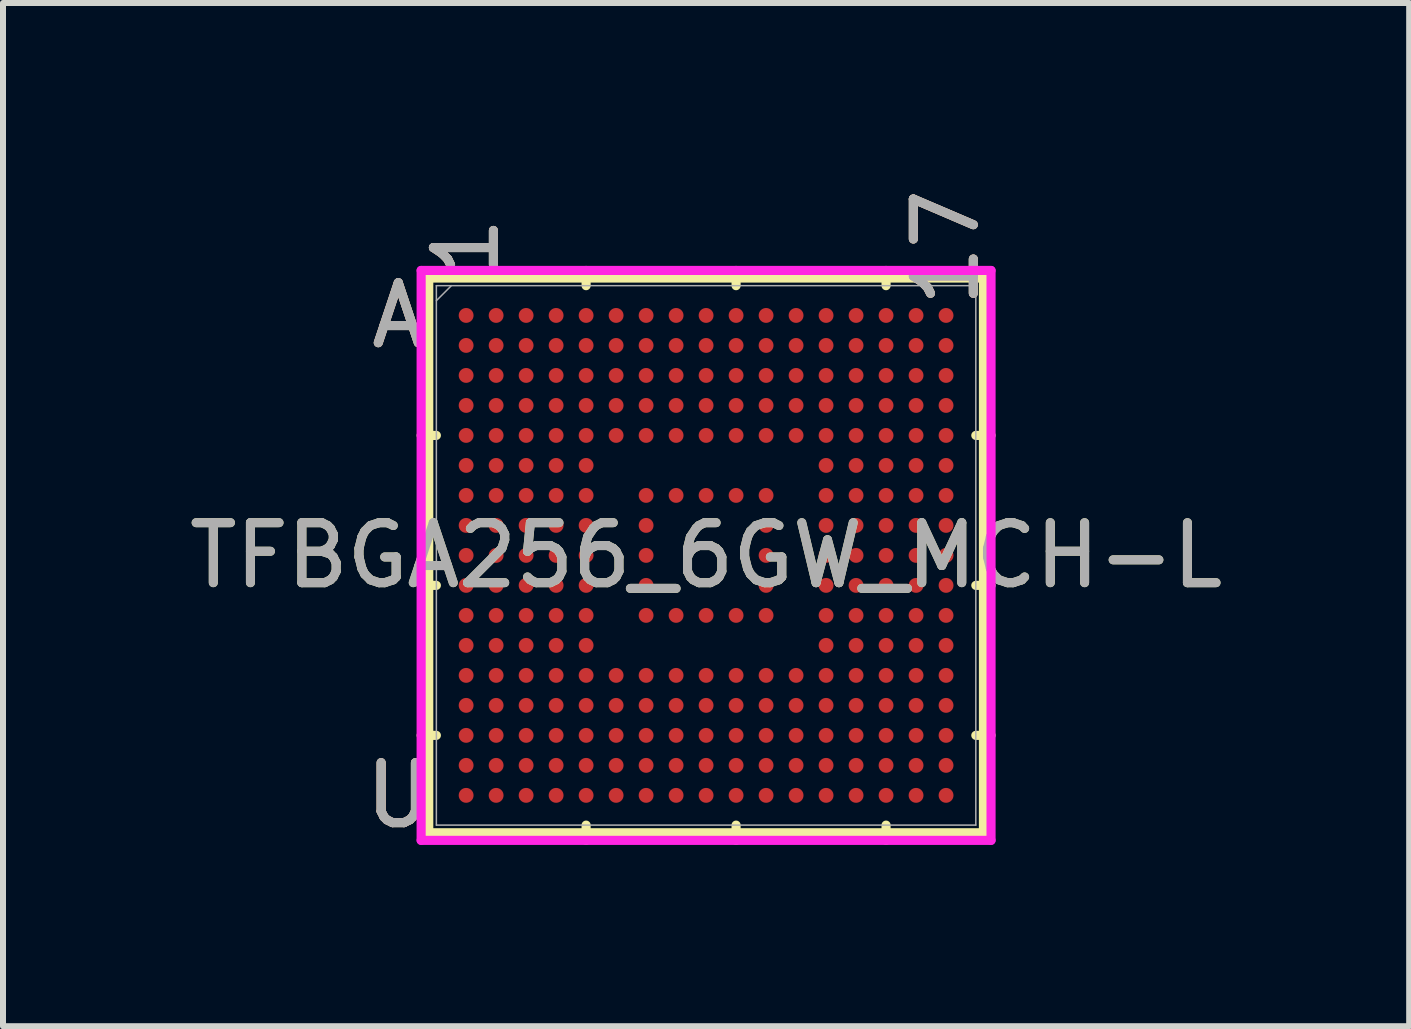
<source format=kicad_pcb>
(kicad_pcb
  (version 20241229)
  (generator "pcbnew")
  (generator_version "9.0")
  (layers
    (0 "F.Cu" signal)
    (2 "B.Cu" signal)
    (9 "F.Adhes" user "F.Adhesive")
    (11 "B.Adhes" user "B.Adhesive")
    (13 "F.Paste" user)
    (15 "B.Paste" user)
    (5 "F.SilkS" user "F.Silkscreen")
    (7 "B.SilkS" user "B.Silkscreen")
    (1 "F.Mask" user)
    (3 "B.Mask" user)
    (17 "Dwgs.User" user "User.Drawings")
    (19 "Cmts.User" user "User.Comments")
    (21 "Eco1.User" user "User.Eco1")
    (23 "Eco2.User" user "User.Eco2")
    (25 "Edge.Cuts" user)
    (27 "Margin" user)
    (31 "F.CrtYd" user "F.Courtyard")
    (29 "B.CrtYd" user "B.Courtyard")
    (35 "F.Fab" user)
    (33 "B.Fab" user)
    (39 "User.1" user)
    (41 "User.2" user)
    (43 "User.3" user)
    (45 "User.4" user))
  (footprint "TFBGA256_6GW_MCH-L"
    (layer "F.Cu")
    (at 8.72 6.208)
    (property "Reference" "TFBGA256_6GW_MCH-L" (at 0 0 0) (unlocked yes) (layer "F.SilkS") (effects (font (size 1 1) (thickness 0.15))))
    (attr smd)
    (fp_line (start -4.623 -4.623) (end -4.623 4.623) (stroke (width 0.152) (type solid)) (layer "F.SilkS"))
    (fp_line (start -4.623 4.623) (end 4.623 4.623) (stroke (width 0.152) (type solid)) (layer "F.SilkS"))
    (fp_line (start -4.496 -2) (end -4.75 -2) (stroke (width 0.152) (type solid)) (layer "F.SilkS"))
    (fp_line (start -4.496 0.5) (end -4.75 0.5) (stroke (width 0.152) (type solid)) (layer "F.SilkS"))
    (fp_line (start -4.496 3) (end -4.75 3) (stroke (width 0.152) (type solid)) (layer "F.SilkS"))
    (fp_line (start -2 -4.496) (end -2 -4.75) (stroke (width 0.152) (type solid)) (layer "F.SilkS"))
    (fp_line (start -2 4.496) (end -2 4.75) (stroke (width 0.152) (type solid)) (layer "F.SilkS"))
    (fp_line (start 0.5 -4.496) (end 0.5 -4.75) (stroke (width 0.152) (type solid)) (layer "F.SilkS"))
    (fp_line (start 0.5 4.496) (end 0.5 4.75) (stroke (width 0.152) (type solid)) (layer "F.SilkS"))
    (fp_line (start 3 -4.496) (end 3 -4.75) (stroke (width 0.152) (type solid)) (layer "F.SilkS"))
    (fp_line (start 3 4.496) (end 3 4.75) (stroke (width 0.152) (type solid)) (layer "F.SilkS"))
    (fp_line (start 4.496 -2) (end 4.75 -2) (stroke (width 0.152) (type solid)) (layer "F.SilkS"))
    (fp_line (start 4.496 0.5) (end 4.75 0.5) (stroke (width 0.152) (type solid)) (layer "F.SilkS"))
    (fp_line (start 4.496 3) (end 4.75 3) (stroke (width 0.152) (type solid)) (layer "F.SilkS"))
    (fp_line (start 4.623 -4.623) (end -4.623 -4.623) (stroke (width 0.152) (type solid)) (layer "F.SilkS"))
    (fp_line (start 4.623 4.623) (end 4.623 -4.623) (stroke (width 0.152) (type solid)) (layer "F.SilkS"))
    (fp_poly (pts (xy -4.694 -4.694) (xy 4.694 -4.694) (xy 4.694 4.694) (xy -4.694 4.694)) (stroke (width 0.1) (type solid)) (fill no) (layer "Eco2.User"))
    (fp_line (start -4.75 -4.75) (end 4.75 -4.75) (stroke (width 0.152) (type solid)) (layer "F.CrtYd"))
    (fp_line (start -4.75 4.75) (end -4.75 -4.75) (stroke (width 0.152) (type solid)) (layer "F.CrtYd"))
    (fp_line (start 4.75 -4.75) (end 4.75 4.75) (stroke (width 0.152) (type solid)) (layer "F.CrtYd"))
    (fp_line (start 4.75 4.75) (end -4.75 4.75) (stroke (width 0.152) (type solid)) (layer "F.CrtYd"))
    (fp_line (start -4.496 -4.496) (end -4.496 4.496) (stroke (width 0.025) (type solid)) (layer "F.Fab"))
    (fp_line (start -4.496 4.496) (end 4.496 4.496) (stroke (width 0.025) (type solid)) (layer "F.Fab"))
    (fp_line (start -4.246 -4.496) (end -4.496 -4.246) (stroke (width 0.025) (type solid)) (layer "F.Fab"))
    (fp_line (start 4.496 -4.496) (end -4.496 -4.496) (stroke (width 0.025) (type solid)) (layer "F.Fab"))
    (fp_line (start 4.496 4.496) (end 4.496 -4.496) (stroke (width 0.025) (type solid)) (layer "F.Fab"))
    (fp_text user "A" (at -5.131 -4 0) (unlocked yes) (layer "F.SilkS") (effects (font (size 1 1) (thickness 0.15))))
    (fp_text user "1" (at -4 -5.131 90) (unlocked yes) (layer "F.SilkS") (effects (font (size 1 1) (thickness 0.15))))
    (fp_text user "17" (at 4 -5.131 90) (unlocked yes) (layer "F.SilkS") (effects (font (size 1 1) (thickness 0.15))))
    (fp_text user "U" (at -5.131 4 0) (unlocked yes) (layer "F.SilkS") (effects (font (size 1 1) (thickness 0.15))))
    (fp_text user "17" (at 4 -5.131 90) (unlocked yes) (layer "B.SilkS") (effects (font (size 1 1) (thickness 0.15))))
    (fp_text user "U" (at -5.131 4 0) (unlocked yes) (layer "B.SilkS") (effects (font (size 1 1) (thickness 0.15))))
    (fp_text user "1" (at -4 -5.131 90) (unlocked yes) (layer "B.SilkS") (effects (font (size 1 1) (thickness 0.15))))
    (fp_text user "A" (at -5.131 -4 0) (unlocked yes) (layer "B.SilkS") (effects (font (size 1 1) (thickness 0.15))))
    (fp_text user "${REFERENCE}" (at 0 0 0) (unlocked yes) (layer "F.Fab") (effects (font (size 1 1) (thickness 0.15))))
    (fp_text user "17" (at 4 -5.131 90) (unlocked yes) (layer "F.Fab") (effects (font (size 1 1) (thickness 0.15))))
    (fp_text user "1" (at -4 -5.131 90) (unlocked yes) (layer "F.Fab") (effects (font (size 1 1) (thickness 0.15))))
    (fp_text user "A" (at -5.131 -4 0) (unlocked yes) (layer "F.Fab") (effects (font (size 1 1) (thickness 0.15))))
    (fp_text user "U" (at -5.131 4 0) (unlocked yes) (layer "F.Fab") (effects (font (size 1 1) (thickness 0.15))))
    (pad "A1" smd circle (at -4 -4) (size 0.248 0.248) (layers "F.Cu" "F.Mask" "F.Paste"))
    (pad "A2" smd circle (at -3.5 -4) (size 0.248 0.248) (layers "F.Cu" "F.Mask" "F.Paste"))
    (pad "A3" smd circle (at -3 -4) (size 0.248 0.248) (layers "F.Cu" "F.Mask" "F.Paste"))
    (pad "A4" smd circle (at -2.5 -4) (size 0.248 0.248) (layers "F.Cu" "F.Mask" "F.Paste"))
    (pad "A5" smd circle (at -2 -4) (size 0.248 0.248) (layers "F.Cu" "F.Mask" "F.Paste"))
    (pad "A6" smd circle (at -1.5 -4) (size 0.248 0.248) (layers "F.Cu" "F.Mask" "F.Paste"))
    (pad "A7" smd circle (at -1 -4) (size 0.248 0.248) (layers "F.Cu" "F.Mask" "F.Paste"))
    (pad "A8" smd circle (at -0.5 -4) (size 0.248 0.248) (layers "F.Cu" "F.Mask" "F.Paste"))
    (pad "A9" smd circle (at 0 -4) (size 0.248 0.248) (layers "F.Cu" "F.Mask" "F.Paste"))
    (pad "A10" smd circle (at 0.5 -4) (size 0.248 0.248) (layers "F.Cu" "F.Mask" "F.Paste"))
    (pad "A11" smd circle (at 1 -4) (size 0.248 0.248) (layers "F.Cu" "F.Mask" "F.Paste"))
    (pad "A12" smd circle (at 1.5 -4) (size 0.248 0.248) (layers "F.Cu" "F.Mask" "F.Paste"))
    (pad "A13" smd circle (at 2 -4) (size 0.248 0.248) (layers "F.Cu" "F.Mask" "F.Paste"))
    (pad "A14" smd circle (at 2.5 -4) (size 0.248 0.248) (layers "F.Cu" "F.Mask" "F.Paste"))
    (pad "A15" smd circle (at 3 -4) (size 0.248 0.248) (layers "F.Cu" "F.Mask" "F.Paste"))
    (pad "A16" smd circle (at 3.5 -4) (size 0.248 0.248) (layers "F.Cu" "F.Mask" "F.Paste"))
    (pad "A17" smd circle (at 4 -4) (size 0.248 0.248) (layers "F.Cu" "F.Mask" "F.Paste"))
    (pad "B1" smd circle (at -4 -3.5) (size 0.248 0.248) (layers "F.Cu" "F.Mask" "F.Paste"))
    (pad "B2" smd circle (at -3.5 -3.5) (size 0.248 0.248) (layers "F.Cu" "F.Mask" "F.Paste"))
    (pad "B3" smd circle (at -3 -3.5) (size 0.248 0.248) (layers "F.Cu" "F.Mask" "F.Paste"))
    (pad "B4" smd circle (at -2.5 -3.5) (size 0.248 0.248) (layers "F.Cu" "F.Mask" "F.Paste"))
    (pad "B5" smd circle (at -2 -3.5) (size 0.248 0.248) (layers "F.Cu" "F.Mask" "F.Paste"))
    (pad "B6" smd circle (at -1.5 -3.5) (size 0.248 0.248) (layers "F.Cu" "F.Mask" "F.Paste"))
    (pad "B7" smd circle (at -1 -3.5) (size 0.248 0.248) (layers "F.Cu" "F.Mask" "F.Paste"))
    (pad "B8" smd circle (at -0.5 -3.5) (size 0.248 0.248) (layers "F.Cu" "F.Mask" "F.Paste"))
    (pad "B9" smd circle (at 0 -3.5) (size 0.248 0.248) (layers "F.Cu" "F.Mask" "F.Paste"))
    (pad "B10" smd circle (at 0.5 -3.5) (size 0.248 0.248) (layers "F.Cu" "F.Mask" "F.Paste"))
    (pad "B11" smd circle (at 1 -3.5) (size 0.248 0.248) (layers "F.Cu" "F.Mask" "F.Paste"))
    (pad "B12" smd circle (at 1.5 -3.5) (size 0.248 0.248) (layers "F.Cu" "F.Mask" "F.Paste"))
    (pad "B13" smd circle (at 2 -3.5) (size 0.248 0.248) (layers "F.Cu" "F.Mask" "F.Paste"))
    (pad "B14" smd circle (at 2.5 -3.5) (size 0.248 0.248) (layers "F.Cu" "F.Mask" "F.Paste"))
    (pad "B15" smd circle (at 3 -3.5) (size 0.248 0.248) (layers "F.Cu" "F.Mask" "F.Paste"))
    (pad "B16" smd circle (at 3.5 -3.5) (size 0.248 0.248) (layers "F.Cu" "F.Mask" "F.Paste"))
    (pad "B17" smd circle (at 4 -3.5) (size 0.248 0.248) (layers "F.Cu" "F.Mask" "F.Paste"))
    (pad "C1" smd circle (at -4 -3) (size 0.248 0.248) (layers "F.Cu" "F.Mask" "F.Paste"))
    (pad "C2" smd circle (at -3.5 -3) (size 0.248 0.248) (layers "F.Cu" "F.Mask" "F.Paste"))
    (pad "C3" smd circle (at -3 -3) (size 0.248 0.248) (layers "F.Cu" "F.Mask" "F.Paste"))
    (pad "C4" smd circle (at -2.5 -3) (size 0.248 0.248) (layers "F.Cu" "F.Mask" "F.Paste"))
    (pad "C5" smd circle (at -2 -3) (size 0.248 0.248) (layers "F.Cu" "F.Mask" "F.Paste"))
    (pad "C6" smd circle (at -1.5 -3) (size 0.248 0.248) (layers "F.Cu" "F.Mask" "F.Paste"))
    (pad "C7" smd circle (at -1 -3) (size 0.248 0.248) (layers "F.Cu" "F.Mask" "F.Paste"))
    (pad "C8" smd circle (at -0.5 -3) (size 0.248 0.248) (layers "F.Cu" "F.Mask" "F.Paste"))
    (pad "C9" smd circle (at 0 -3) (size 0.248 0.248) (layers "F.Cu" "F.Mask" "F.Paste"))
    (pad "C10" smd circle (at 0.5 -3) (size 0.248 0.248) (layers "F.Cu" "F.Mask" "F.Paste"))
    (pad "C11" smd circle (at 1 -3) (size 0.248 0.248) (layers "F.Cu" "F.Mask" "F.Paste"))
    (pad "C12" smd circle (at 1.5 -3) (size 0.248 0.248) (layers "F.Cu" "F.Mask" "F.Paste"))
    (pad "C13" smd circle (at 2 -3) (size 0.248 0.248) (layers "F.Cu" "F.Mask" "F.Paste"))
    (pad "C14" smd circle (at 2.5 -3) (size 0.248 0.248) (layers "F.Cu" "F.Mask" "F.Paste"))
    (pad "C15" smd circle (at 3 -3) (size 0.248 0.248) (layers "F.Cu" "F.Mask" "F.Paste"))
    (pad "C16" smd circle (at 3.5 -3) (size 0.248 0.248) (layers "F.Cu" "F.Mask" "F.Paste"))
    (pad "C17" smd circle (at 4 -3) (size 0.248 0.248) (layers "F.Cu" "F.Mask" "F.Paste"))
    (pad "D1" smd circle (at -4 -2.5) (size 0.248 0.248) (layers "F.Cu" "F.Mask" "F.Paste"))
    (pad "D2" smd circle (at -3.5 -2.5) (size 0.248 0.248) (layers "F.Cu" "F.Mask" "F.Paste"))
    (pad "D3" smd circle (at -3 -2.5) (size 0.248 0.248) (layers "F.Cu" "F.Mask" "F.Paste"))
    (pad "D4" smd circle (at -2.5 -2.5) (size 0.248 0.248) (layers "F.Cu" "F.Mask" "F.Paste"))
    (pad "D5" smd circle (at -2 -2.5) (size 0.248 0.248) (layers "F.Cu" "F.Mask" "F.Paste"))
    (pad "D6" smd circle (at -1.5 -2.5) (size 0.248 0.248) (layers "F.Cu" "F.Mask" "F.Paste"))
    (pad "D7" smd circle (at -1 -2.5) (size 0.248 0.248) (layers "F.Cu" "F.Mask" "F.Paste"))
    (pad "D8" smd circle (at -0.5 -2.5) (size 0.248 0.248) (layers "F.Cu" "F.Mask" "F.Paste"))
    (pad "D9" smd circle (at 0 -2.5) (size 0.248 0.248) (layers "F.Cu" "F.Mask" "F.Paste"))
    (pad "D10" smd circle (at 0.5 -2.5) (size 0.248 0.248) (layers "F.Cu" "F.Mask" "F.Paste"))
    (pad "D11" smd circle (at 1 -2.5) (size 0.248 0.248) (layers "F.Cu" "F.Mask" "F.Paste"))
    (pad "D12" smd circle (at 1.5 -2.5) (size 0.248 0.248) (layers "F.Cu" "F.Mask" "F.Paste"))
    (pad "D13" smd circle (at 2 -2.5) (size 0.248 0.248) (layers "F.Cu" "F.Mask" "F.Paste"))
    (pad "D14" smd circle (at 2.5 -2.5) (size 0.248 0.248) (layers "F.Cu" "F.Mask" "F.Paste"))
    (pad "D15" smd circle (at 3 -2.5) (size 0.248 0.248) (layers "F.Cu" "F.Mask" "F.Paste"))
    (pad "D16" smd circle (at 3.5 -2.5) (size 0.248 0.248) (layers "F.Cu" "F.Mask" "F.Paste"))
    (pad "D17" smd circle (at 4 -2.5) (size 0.248 0.248) (layers "F.Cu" "F.Mask" "F.Paste"))
    (pad "E1" smd circle (at -4 -2) (size 0.248 0.248) (layers "F.Cu" "F.Mask" "F.Paste"))
    (pad "E2" smd circle (at -3.5 -2) (size 0.248 0.248) (layers "F.Cu" "F.Mask" "F.Paste"))
    (pad "E3" smd circle (at -3 -2) (size 0.248 0.248) (layers "F.Cu" "F.Mask" "F.Paste"))
    (pad "E4" smd circle (at -2.5 -2) (size 0.248 0.248) (layers "F.Cu" "F.Mask" "F.Paste"))
    (pad "E5" smd circle (at -2 -2) (size 0.248 0.248) (layers "F.Cu" "F.Mask" "F.Paste"))
    (pad "E6" smd circle (at -1.5 -2) (size 0.248 0.248) (layers "F.Cu" "F.Mask" "F.Paste"))
    (pad "E7" smd circle (at -1 -2) (size 0.248 0.248) (layers "F.Cu" "F.Mask" "F.Paste"))
    (pad "E8" smd circle (at -0.5 -2) (size 0.248 0.248) (layers "F.Cu" "F.Mask" "F.Paste"))
    (pad "E9" smd circle (at 0 -2) (size 0.248 0.248) (layers "F.Cu" "F.Mask" "F.Paste"))
    (pad "E10" smd circle (at 0.5 -2) (size 0.248 0.248) (layers "F.Cu" "F.Mask" "F.Paste"))
    (pad "E11" smd circle (at 1 -2) (size 0.248 0.248) (layers "F.Cu" "F.Mask" "F.Paste"))
    (pad "E12" smd circle (at 1.5 -2) (size 0.248 0.248) (layers "F.Cu" "F.Mask" "F.Paste"))
    (pad "E13" smd circle (at 2 -2) (size 0.248 0.248) (layers "F.Cu" "F.Mask" "F.Paste"))
    (pad "E14" smd circle (at 2.5 -2) (size 0.248 0.248) (layers "F.Cu" "F.Mask" "F.Paste"))
    (pad "E15" smd circle (at 3 -2) (size 0.248 0.248) (layers "F.Cu" "F.Mask" "F.Paste"))
    (pad "E16" smd circle (at 3.5 -2) (size 0.248 0.248) (layers "F.Cu" "F.Mask" "F.Paste"))
    (pad "E17" smd circle (at 4 -2) (size 0.248 0.248) (layers "F.Cu" "F.Mask" "F.Paste"))
    (pad "F1" smd circle (at -4 -1.5) (size 0.248 0.248) (layers "F.Cu" "F.Mask" "F.Paste"))
    (pad "F2" smd circle (at -3.5 -1.5) (size 0.248 0.248) (layers "F.Cu" "F.Mask" "F.Paste"))
    (pad "F3" smd circle (at -3 -1.5) (size 0.248 0.248) (layers "F.Cu" "F.Mask" "F.Paste"))
    (pad "F4" smd circle (at -2.5 -1.5) (size 0.248 0.248) (layers "F.Cu" "F.Mask" "F.Paste"))
    (pad "F5" smd circle (at -2 -1.5) (size 0.248 0.248) (layers "F.Cu" "F.Mask" "F.Paste"))
    (pad "F13" smd circle (at 2 -1.5) (size 0.248 0.248) (layers "F.Cu" "F.Mask" "F.Paste"))
    (pad "F14" smd circle (at 2.5 -1.5) (size 0.248 0.248) (layers "F.Cu" "F.Mask" "F.Paste"))
    (pad "F15" smd circle (at 3 -1.5) (size 0.248 0.248) (layers "F.Cu" "F.Mask" "F.Paste"))
    (pad "F16" smd circle (at 3.5 -1.5) (size 0.248 0.248) (layers "F.Cu" "F.Mask" "F.Paste"))
    (pad "F17" smd circle (at 4 -1.5) (size 0.248 0.248) (layers "F.Cu" "F.Mask" "F.Paste"))
    (pad "G1" smd circle (at -4 -1) (size 0.248 0.248) (layers "F.Cu" "F.Mask" "F.Paste"))
    (pad "G2" smd circle (at -3.5 -1) (size 0.248 0.248) (layers "F.Cu" "F.Mask" "F.Paste"))
    (pad "G3" smd circle (at -3 -1) (size 0.248 0.248) (layers "F.Cu" "F.Mask" "F.Paste"))
    (pad "G4" smd circle (at -2.5 -1) (size 0.248 0.248) (layers "F.Cu" "F.Mask" "F.Paste"))
    (pad "G5" smd circle (at -2 -1) (size 0.248 0.248) (layers "F.Cu" "F.Mask" "F.Paste"))
    (pad "G7" smd circle (at -1 -1) (size 0.248 0.248) (layers "F.Cu" "F.Mask" "F.Paste"))
    (pad "G8" smd circle (at -0.5 -1) (size 0.248 0.248) (layers "F.Cu" "F.Mask" "F.Paste"))
    (pad "G9" smd circle (at 0 -1) (size 0.248 0.248) (layers "F.Cu" "F.Mask" "F.Paste"))
    (pad "G10" smd circle (at 0.5 -1) (size 0.248 0.248) (layers "F.Cu" "F.Mask" "F.Paste"))
    (pad "G11" smd circle (at 1 -1) (size 0.248 0.248) (layers "F.Cu" "F.Mask" "F.Paste"))
    (pad "G13" smd circle (at 2 -1) (size 0.248 0.248) (layers "F.Cu" "F.Mask" "F.Paste"))
    (pad "G14" smd circle (at 2.5 -1) (size 0.248 0.248) (layers "F.Cu" "F.Mask" "F.Paste"))
    (pad "G15" smd circle (at 3 -1) (size 0.248 0.248) (layers "F.Cu" "F.Mask" "F.Paste"))
    (pad "G16" smd circle (at 3.5 -1) (size 0.248 0.248) (layers "F.Cu" "F.Mask" "F.Paste"))
    (pad "G17" smd circle (at 4 -1) (size 0.248 0.248) (layers "F.Cu" "F.Mask" "F.Paste"))
    (pad "H1" smd circle (at -4 -0.5) (size 0.248 0.248) (layers "F.Cu" "F.Mask" "F.Paste"))
    (pad "H2" smd circle (at -3.5 -0.5) (size 0.248 0.248) (layers "F.Cu" "F.Mask" "F.Paste"))
    (pad "H3" smd circle (at -3 -0.5) (size 0.248 0.248) (layers "F.Cu" "F.Mask" "F.Paste"))
    (pad "H4" smd circle (at -2.5 -0.5) (size 0.248 0.248) (layers "F.Cu" "F.Mask" "F.Paste"))
    (pad "H5" smd circle (at -2 -0.5) (size 0.248 0.248) (layers "F.Cu" "F.Mask" "F.Paste"))
    (pad "H7" smd circle (at -1 -0.5) (size 0.248 0.248) (layers "F.Cu" "F.Mask" "F.Paste"))
    (pad "H11" smd circle (at 1 -0.5) (size 0.248 0.248) (layers "F.Cu" "F.Mask" "F.Paste"))
    (pad "H13" smd circle (at 2 -0.5) (size 0.248 0.248) (layers "F.Cu" "F.Mask" "F.Paste"))
    (pad "H14" smd circle (at 2.5 -0.5) (size 0.248 0.248) (layers "F.Cu" "F.Mask" "F.Paste"))
    (pad "H15" smd circle (at 3 -0.5) (size 0.248 0.248) (layers "F.Cu" "F.Mask" "F.Paste"))
    (pad "H16" smd circle (at 3.5 -0.5) (size 0.248 0.248) (layers "F.Cu" "F.Mask" "F.Paste"))
    (pad "H17" smd circle (at 4 -0.5) (size 0.248 0.248) (layers "F.Cu" "F.Mask" "F.Paste"))
    (pad "J1" smd circle (at -4 0) (size 0.248 0.248) (layers "F.Cu" "F.Mask" "F.Paste"))
    (pad "J2" smd circle (at -3.5 0) (size 0.248 0.248) (layers "F.Cu" "F.Mask" "F.Paste"))
    (pad "J3" smd circle (at -3 0) (size 0.248 0.248) (layers "F.Cu" "F.Mask" "F.Paste"))
    (pad "J4" smd circle (at -2.5 0) (size 0.248 0.248) (layers "F.Cu" "F.Mask" "F.Paste"))
    (pad "J5" smd circle (at -2 0) (size 0.248 0.248) (layers "F.Cu" "F.Mask" "F.Paste"))
    (pad "J7" smd circle (at -1 0) (size 0.248 0.248) (layers "F.Cu" "F.Mask" "F.Paste"))
    (pad "J11" smd circle (at 1 0) (size 0.248 0.248) (layers "F.Cu" "F.Mask" "F.Paste"))
    (pad "J13" smd circle (at 2 0) (size 0.248 0.248) (layers "F.Cu" "F.Mask" "F.Paste"))
    (pad "J14" smd circle (at 2.5 0) (size 0.248 0.248) (layers "F.Cu" "F.Mask" "F.Paste"))
    (pad "J15" smd circle (at 3 0) (size 0.248 0.248) (layers "F.Cu" "F.Mask" "F.Paste"))
    (pad "J16" smd circle (at 3.5 0) (size 0.248 0.248) (layers "F.Cu" "F.Mask" "F.Paste"))
    (pad "J17" smd circle (at 4 0) (size 0.248 0.248) (layers "F.Cu" "F.Mask" "F.Paste"))
    (pad "K1" smd circle (at -4 0.5) (size 0.248 0.248) (layers "F.Cu" "F.Mask" "F.Paste"))
    (pad "K2" smd circle (at -3.5 0.5) (size 0.248 0.248) (layers "F.Cu" "F.Mask" "F.Paste"))
    (pad "K3" smd circle (at -3 0.5) (size 0.248 0.248) (layers "F.Cu" "F.Mask" "F.Paste"))
    (pad "K4" smd circle (at -2.5 0.5) (size 0.248 0.248) (layers "F.Cu" "F.Mask" "F.Paste"))
    (pad "K5" smd circle (at -2 0.5) (size 0.248 0.248) (layers "F.Cu" "F.Mask" "F.Paste"))
    (pad "K7" smd circle (at -1 0.5) (size 0.248 0.248) (layers "F.Cu" "F.Mask" "F.Paste"))
    (pad "K11" smd circle (at 1 0.5) (size 0.248 0.248) (layers "F.Cu" "F.Mask" "F.Paste"))
    (pad "K13" smd circle (at 2 0.5) (size 0.248 0.248) (layers "F.Cu" "F.Mask" "F.Paste"))
    (pad "K14" smd circle (at 2.5 0.5) (size 0.248 0.248) (layers "F.Cu" "F.Mask" "F.Paste"))
    (pad "K15" smd circle (at 3 0.5) (size 0.248 0.248) (layers "F.Cu" "F.Mask" "F.Paste"))
    (pad "K16" smd circle (at 3.5 0.5) (size 0.248 0.248) (layers "F.Cu" "F.Mask" "F.Paste"))
    (pad "K17" smd circle (at 4 0.5) (size 0.248 0.248) (layers "F.Cu" "F.Mask" "F.Paste"))
    (pad "L1" smd circle (at -4 1) (size 0.248 0.248) (layers "F.Cu" "F.Mask" "F.Paste"))
    (pad "L2" smd circle (at -3.5 1) (size 0.248 0.248) (layers "F.Cu" "F.Mask" "F.Paste"))
    (pad "L3" smd circle (at -3 1) (size 0.248 0.248) (layers "F.Cu" "F.Mask" "F.Paste"))
    (pad "L4" smd circle (at -2.5 1) (size 0.248 0.248) (layers "F.Cu" "F.Mask" "F.Paste"))
    (pad "L5" smd circle (at -2 1) (size 0.248 0.248) (layers "F.Cu" "F.Mask" "F.Paste"))
    (pad "L7" smd circle (at -1 1) (size 0.248 0.248) (layers "F.Cu" "F.Mask" "F.Paste"))
    (pad "L8" smd circle (at -0.5 1) (size 0.248 0.248) (layers "F.Cu" "F.Mask" "F.Paste"))
    (pad "L9" smd circle (at 0 1) (size 0.248 0.248) (layers "F.Cu" "F.Mask" "F.Paste"))
    (pad "L10" smd circle (at 0.5 1) (size 0.248 0.248) (layers "F.Cu" "F.Mask" "F.Paste"))
    (pad "L11" smd circle (at 1 1) (size 0.248 0.248) (layers "F.Cu" "F.Mask" "F.Paste"))
    (pad "L13" smd circle (at 2 1) (size 0.248 0.248) (layers "F.Cu" "F.Mask" "F.Paste"))
    (pad "L14" smd circle (at 2.5 1) (size 0.248 0.248) (layers "F.Cu" "F.Mask" "F.Paste"))
    (pad "L15" smd circle (at 3 1) (size 0.248 0.248) (layers "F.Cu" "F.Mask" "F.Paste"))
    (pad "L16" smd circle (at 3.5 1) (size 0.248 0.248) (layers "F.Cu" "F.Mask" "F.Paste"))
    (pad "L17" smd circle (at 4 1) (size 0.248 0.248) (layers "F.Cu" "F.Mask" "F.Paste"))
    (pad "M1" smd circle (at -4 1.5) (size 0.248 0.248) (layers "F.Cu" "F.Mask" "F.Paste"))
    (pad "M2" smd circle (at -3.5 1.5) (size 0.248 0.248) (layers "F.Cu" "F.Mask" "F.Paste"))
    (pad "M3" smd circle (at -3 1.5) (size 0.248 0.248) (layers "F.Cu" "F.Mask" "F.Paste"))
    (pad "M4" smd circle (at -2.5 1.5) (size 0.248 0.248) (layers "F.Cu" "F.Mask" "F.Paste"))
    (pad "M5" smd circle (at -2 1.5) (size 0.248 0.248) (layers "F.Cu" "F.Mask" "F.Paste"))
    (pad "M13" smd circle (at 2 1.5) (size 0.248 0.248) (layers "F.Cu" "F.Mask" "F.Paste"))
    (pad "M14" smd circle (at 2.5 1.5) (size 0.248 0.248) (layers "F.Cu" "F.Mask" "F.Paste"))
    (pad "M15" smd circle (at 3 1.5) (size 0.248 0.248) (layers "F.Cu" "F.Mask" "F.Paste"))
    (pad "M16" smd circle (at 3.5 1.5) (size 0.248 0.248) (layers "F.Cu" "F.Mask" "F.Paste"))
    (pad "M17" smd circle (at 4 1.5) (size 0.248 0.248) (layers "F.Cu" "F.Mask" "F.Paste"))
    (pad "N1" smd circle (at -4 2) (size 0.248 0.248) (layers "F.Cu" "F.Mask" "F.Paste"))
    (pad "N2" smd circle (at -3.5 2) (size 0.248 0.248) (layers "F.Cu" "F.Mask" "F.Paste"))
    (pad "N3" smd circle (at -3 2) (size 0.248 0.248) (layers "F.Cu" "F.Mask" "F.Paste"))
    (pad "N4" smd circle (at -2.5 2) (size 0.248 0.248) (layers "F.Cu" "F.Mask" "F.Paste"))
    (pad "N5" smd circle (at -2 2) (size 0.248 0.248) (layers "F.Cu" "F.Mask" "F.Paste"))
    (pad "N6" smd circle (at -1.5 2) (size 0.248 0.248) (layers "F.Cu" "F.Mask" "F.Paste"))
    (pad "N7" smd circle (at -1 2) (size 0.248 0.248) (layers "F.Cu" "F.Mask" "F.Paste"))
    (pad "N8" smd circle (at -0.5 2) (size 0.248 0.248) (layers "F.Cu" "F.Mask" "F.Paste"))
    (pad "N9" smd circle (at 0 2) (size 0.248 0.248) (layers "F.Cu" "F.Mask" "F.Paste"))
    (pad "N10" smd circle (at 0.5 2) (size 0.248 0.248) (layers "F.Cu" "F.Mask" "F.Paste"))
    (pad "N11" smd circle (at 1 2) (size 0.248 0.248) (layers "F.Cu" "F.Mask" "F.Paste"))
    (pad "N12" smd circle (at 1.5 2) (size 0.248 0.248) (layers "F.Cu" "F.Mask" "F.Paste"))
    (pad "N13" smd circle (at 2 2) (size 0.248 0.248) (layers "F.Cu" "F.Mask" "F.Paste"))
    (pad "N14" smd circle (at 2.5 2) (size 0.248 0.248) (layers "F.Cu" "F.Mask" "F.Paste"))
    (pad "N15" smd circle (at 3 2) (size 0.248 0.248) (layers "F.Cu" "F.Mask" "F.Paste"))
    (pad "N16" smd circle (at 3.5 2) (size 0.248 0.248) (layers "F.Cu" "F.Mask" "F.Paste"))
    (pad "N17" smd circle (at 4 2) (size 0.248 0.248) (layers "F.Cu" "F.Mask" "F.Paste"))
    (pad "P1" smd circle (at -4 2.5) (size 0.248 0.248) (layers "F.Cu" "F.Mask" "F.Paste"))
    (pad "P2" smd circle (at -3.5 2.5) (size 0.248 0.248) (layers "F.Cu" "F.Mask" "F.Paste"))
    (pad "P3" smd circle (at -3 2.5) (size 0.248 0.248) (layers "F.Cu" "F.Mask" "F.Paste"))
    (pad "P4" smd circle (at -2.5 2.5) (size 0.248 0.248) (layers "F.Cu" "F.Mask" "F.Paste"))
    (pad "P5" smd circle (at -2 2.5) (size 0.248 0.248) (layers "F.Cu" "F.Mask" "F.Paste"))
    (pad "P6" smd circle (at -1.5 2.5) (size 0.248 0.248) (layers "F.Cu" "F.Mask" "F.Paste"))
    (pad "P7" smd circle (at -1 2.5) (size 0.248 0.248) (layers "F.Cu" "F.Mask" "F.Paste"))
    (pad "P8" smd circle (at -0.5 2.5) (size 0.248 0.248) (layers "F.Cu" "F.Mask" "F.Paste"))
    (pad "P9" smd circle (at 0 2.5) (size 0.248 0.248) (layers "F.Cu" "F.Mask" "F.Paste"))
    (pad "P10" smd circle (at 0.5 2.5) (size 0.248 0.248) (layers "F.Cu" "F.Mask" "F.Paste"))
    (pad "P11" smd circle (at 1 2.5) (size 0.248 0.248) (layers "F.Cu" "F.Mask" "F.Paste"))
    (pad "P12" smd circle (at 1.5 2.5) (size 0.248 0.248) (layers "F.Cu" "F.Mask" "F.Paste"))
    (pad "P13" smd circle (at 2 2.5) (size 0.248 0.248) (layers "F.Cu" "F.Mask" "F.Paste"))
    (pad "P14" smd circle (at 2.5 2.5) (size 0.248 0.248) (layers "F.Cu" "F.Mask" "F.Paste"))
    (pad "P15" smd circle (at 3 2.5) (size 0.248 0.248) (layers "F.Cu" "F.Mask" "F.Paste"))
    (pad "P16" smd circle (at 3.5 2.5) (size 0.248 0.248) (layers "F.Cu" "F.Mask" "F.Paste"))
    (pad "P17" smd circle (at 4 2.5) (size 0.248 0.248) (layers "F.Cu" "F.Mask" "F.Paste"))
    (pad "R1" smd circle (at -4 3) (size 0.248 0.248) (layers "F.Cu" "F.Mask" "F.Paste"))
    (pad "R2" smd circle (at -3.5 3) (size 0.248 0.248) (layers "F.Cu" "F.Mask" "F.Paste"))
    (pad "R3" smd circle (at -3 3) (size 0.248 0.248) (layers "F.Cu" "F.Mask" "F.Paste"))
    (pad "R4" smd circle (at -2.5 3) (size 0.248 0.248) (layers "F.Cu" "F.Mask" "F.Paste"))
    (pad "R5" smd circle (at -2 3) (size 0.248 0.248) (layers "F.Cu" "F.Mask" "F.Paste"))
    (pad "R6" smd circle (at -1.5 3) (size 0.248 0.248) (layers "F.Cu" "F.Mask" "F.Paste"))
    (pad "R7" smd circle (at -1 3) (size 0.248 0.248) (layers "F.Cu" "F.Mask" "F.Paste"))
    (pad "R8" smd circle (at -0.5 3) (size 0.248 0.248) (layers "F.Cu" "F.Mask" "F.Paste"))
    (pad "R9" smd circle (at 0 3) (size 0.248 0.248) (layers "F.Cu" "F.Mask" "F.Paste"))
    (pad "R10" smd circle (at 0.5 3) (size 0.248 0.248) (layers "F.Cu" "F.Mask" "F.Paste"))
    (pad "R11" smd circle (at 1 3) (size 0.248 0.248) (layers "F.Cu" "F.Mask" "F.Paste"))
    (pad "R12" smd circle (at 1.5 3) (size 0.248 0.248) (layers "F.Cu" "F.Mask" "F.Paste"))
    (pad "R13" smd circle (at 2 3) (size 0.248 0.248) (layers "F.Cu" "F.Mask" "F.Paste"))
    (pad "R14" smd circle (at 2.5 3) (size 0.248 0.248) (layers "F.Cu" "F.Mask" "F.Paste"))
    (pad "R15" smd circle (at 3 3) (size 0.248 0.248) (layers "F.Cu" "F.Mask" "F.Paste"))
    (pad "R16" smd circle (at 3.5 3) (size 0.248 0.248) (layers "F.Cu" "F.Mask" "F.Paste"))
    (pad "R17" smd circle (at 4 3) (size 0.248 0.248) (layers "F.Cu" "F.Mask" "F.Paste"))
    (pad "T1" smd circle (at -4 3.5) (size 0.248 0.248) (layers "F.Cu" "F.Mask" "F.Paste"))
    (pad "T2" smd circle (at -3.5 3.5) (size 0.248 0.248) (layers "F.Cu" "F.Mask" "F.Paste"))
    (pad "T3" smd circle (at -3 3.5) (size 0.248 0.248) (layers "F.Cu" "F.Mask" "F.Paste"))
    (pad "T4" smd circle (at -2.5 3.5) (size 0.248 0.248) (layers "F.Cu" "F.Mask" "F.Paste"))
    (pad "T5" smd circle (at -2 3.5) (size 0.248 0.248) (layers "F.Cu" "F.Mask" "F.Paste"))
    (pad "T6" smd circle (at -1.5 3.5) (size 0.248 0.248) (layers "F.Cu" "F.Mask" "F.Paste"))
    (pad "T7" smd circle (at -1 3.5) (size 0.248 0.248) (layers "F.Cu" "F.Mask" "F.Paste"))
    (pad "T8" smd circle (at -0.5 3.5) (size 0.248 0.248) (layers "F.Cu" "F.Mask" "F.Paste"))
    (pad "T9" smd circle (at 0 3.5) (size 0.248 0.248) (layers "F.Cu" "F.Mask" "F.Paste"))
    (pad "T10" smd circle (at 0.5 3.5) (size 0.248 0.248) (layers "F.Cu" "F.Mask" "F.Paste"))
    (pad "T11" smd circle (at 1 3.5) (size 0.248 0.248) (layers "F.Cu" "F.Mask" "F.Paste"))
    (pad "T12" smd circle (at 1.5 3.5) (size 0.248 0.248) (layers "F.Cu" "F.Mask" "F.Paste"))
    (pad "T13" smd circle (at 2 3.5) (size 0.248 0.248) (layers "F.Cu" "F.Mask" "F.Paste"))
    (pad "T14" smd circle (at 2.5 3.5) (size 0.248 0.248) (layers "F.Cu" "F.Mask" "F.Paste"))
    (pad "T15" smd circle (at 3 3.5) (size 0.248 0.248) (layers "F.Cu" "F.Mask" "F.Paste"))
    (pad "T16" smd circle (at 3.5 3.5) (size 0.248 0.248) (layers "F.Cu" "F.Mask" "F.Paste"))
    (pad "T17" smd circle (at 4 3.5) (size 0.248 0.248) (layers "F.Cu" "F.Mask" "F.Paste"))
    (pad "U1" smd circle (at -4 4) (size 0.248 0.248) (layers "F.Cu" "F.Mask" "F.Paste"))
    (pad "U2" smd circle (at -3.5 4) (size 0.248 0.248) (layers "F.Cu" "F.Mask" "F.Paste"))
    (pad "U3" smd circle (at -3 4) (size 0.248 0.248) (layers "F.Cu" "F.Mask" "F.Paste"))
    (pad "U4" smd circle (at -2.5 4) (size 0.248 0.248) (layers "F.Cu" "F.Mask" "F.Paste"))
    (pad "U5" smd circle (at -2 4) (size 0.248 0.248) (layers "F.Cu" "F.Mask" "F.Paste"))
    (pad "U6" smd circle (at -1.5 4) (size 0.248 0.248) (layers "F.Cu" "F.Mask" "F.Paste"))
    (pad "U7" smd circle (at -1 4) (size 0.248 0.248) (layers "F.Cu" "F.Mask" "F.Paste"))
    (pad "U8" smd circle (at -0.5 4) (size 0.248 0.248) (layers "F.Cu" "F.Mask" "F.Paste"))
    (pad "U9" smd circle (at 0 4) (size 0.248 0.248) (layers "F.Cu" "F.Mask" "F.Paste"))
    (pad "U10" smd circle (at 0.5 4) (size 0.248 0.248) (layers "F.Cu" "F.Mask" "F.Paste"))
    (pad "U11" smd circle (at 1 4) (size 0.248 0.248) (layers "F.Cu" "F.Mask" "F.Paste"))
    (pad "U12" smd circle (at 1.5 4) (size 0.248 0.248) (layers "F.Cu" "F.Mask" "F.Paste"))
    (pad "U13" smd circle (at 2 4) (size 0.248 0.248) (layers "F.Cu" "F.Mask" "F.Paste"))
    (pad "U14" smd circle (at 2.5 4) (size 0.248 0.248) (layers "F.Cu" "F.Mask" "F.Paste"))
    (pad "U15" smd circle (at 3 4) (size 0.248 0.248) (layers "F.Cu" "F.Mask" "F.Paste"))
    (pad "U16" smd circle (at 3.5 4) (size 0.248 0.248) (layers "F.Cu" "F.Mask" "F.Paste"))
    (pad "U17" smd circle (at 4 4) (size 0.248 0.248) (layers "F.Cu" "F.Mask" "F.Paste")))
  (gr_rect
    (start -3 -3)
    (end 20.44 14.056)
    (stroke (width 0.1) (type default))
    (fill no)
    (layer "Edge.Cuts")))
</source>
